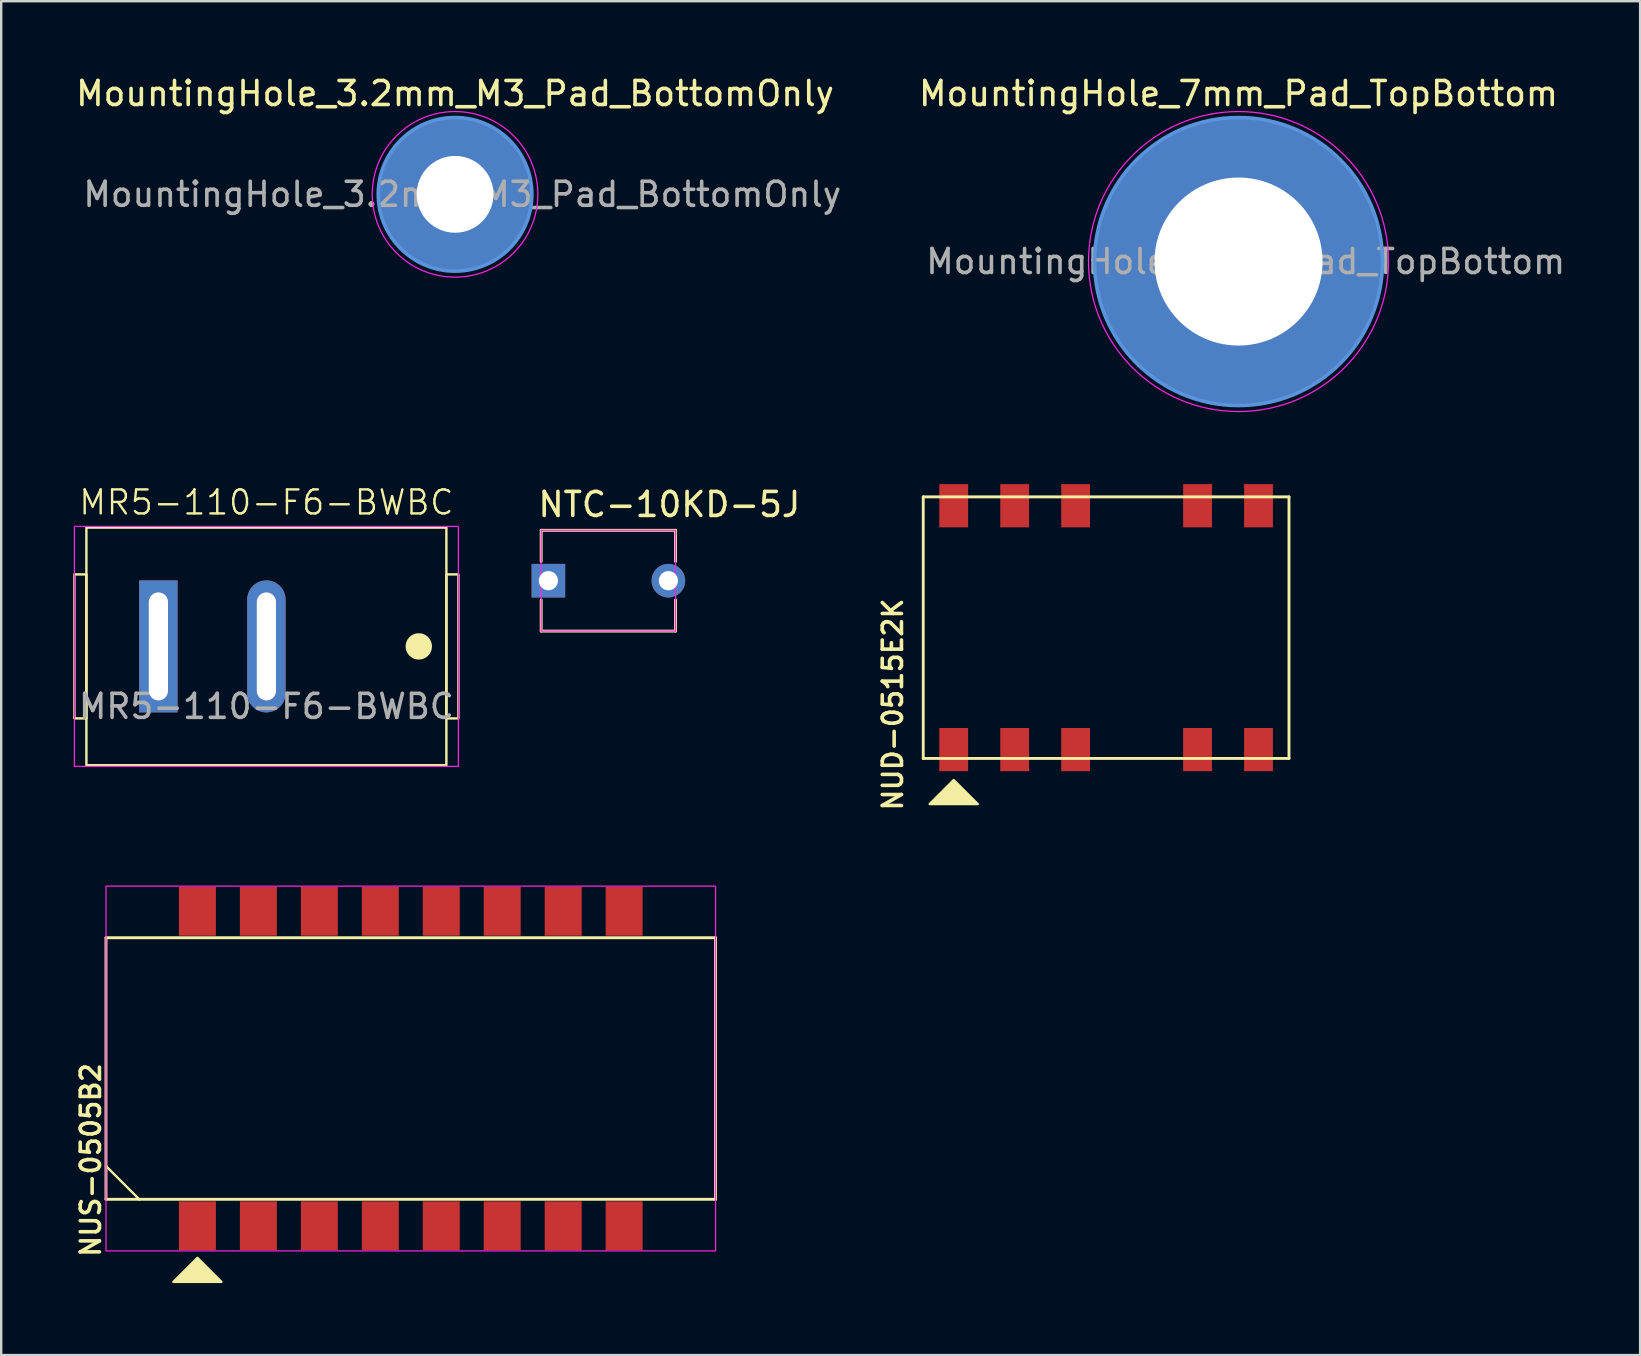
<source format=kicad_pcb>
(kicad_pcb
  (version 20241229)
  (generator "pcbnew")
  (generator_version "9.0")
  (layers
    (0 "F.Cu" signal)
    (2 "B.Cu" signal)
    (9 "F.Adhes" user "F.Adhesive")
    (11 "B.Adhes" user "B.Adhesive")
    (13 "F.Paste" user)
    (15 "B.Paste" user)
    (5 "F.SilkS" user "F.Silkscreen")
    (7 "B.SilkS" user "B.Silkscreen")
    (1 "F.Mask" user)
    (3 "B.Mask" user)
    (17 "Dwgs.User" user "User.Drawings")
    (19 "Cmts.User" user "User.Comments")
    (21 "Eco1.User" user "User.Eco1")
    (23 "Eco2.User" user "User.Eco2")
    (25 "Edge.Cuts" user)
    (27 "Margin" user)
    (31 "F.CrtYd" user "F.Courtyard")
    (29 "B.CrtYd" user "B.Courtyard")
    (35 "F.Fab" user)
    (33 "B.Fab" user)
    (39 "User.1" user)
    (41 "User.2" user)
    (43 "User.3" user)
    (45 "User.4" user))
  (footprint "MountingHole_7mm_Pad_TopBottom"
    (layer "F.Cu")
    (at 48.556 7.848)
    (property "Reference" "MountingHole_7mm_Pad_TopBottom" (at 0 -7 0) (layer "F.SilkS") (effects (font (size 1 1) (thickness 0.15))))
    (attr exclude_from_pos_files exclude_from_bom)
    (fp_circle (center 0 0) (end 6 0) (stroke (width 0.15) (type solid)) (fill no) (layer "Cmts.User"))
    (fp_circle (center 0 0) (end 6.25 0) (stroke (width 0.05) (type solid)) (fill no) (layer "F.CrtYd"))
    (fp_text user "${REFERENCE}" (at 0.3 0 0) (layer "F.Fab") (effects (font (size 1 1) (thickness 0.15))))
    (pad "1" thru_hole circle (at 0 0) (size 7.4 7.4) (drill 7) (layers "*.Cu" "*.Mask"))
    (pad "1" connect circle (at 0 0) (size 12 12) (layers "F.Cu" "F.Mask"))
    (pad "1" connect circle (at 0 0) (size 12 12) (layers "B.Cu" "B.Mask")))
  (footprint "MR5-110-F6-BWBC"
    (layer "F.Cu")
    (at 8.05 23.884)
    (property "Reference" "MR5-110-F6-BWBC" (at 0 -6 0) (unlocked yes) (layer "F.SilkS") (effects (font (size 1 1) (thickness 0.1))))
    (attr through_hole)
    (fp_rect (start -7.5 -4.95) (end 7.5 4.95) (stroke (width 0.1) (type default)) (fill no) (layer "F.SilkS"))
    (fp_rect (start -7.5 -3) (end -8 3) (stroke (width 0.1) (type default)) (fill no) (layer "F.SilkS"))
    (fp_rect (start 7.5 -3) (end 8 3) (stroke (width 0.1) (type default)) (fill no) (layer "F.SilkS"))
    (fp_circle (center 6.35 0) (end 6.85 0) (stroke (width 0.1) (type solid)) (fill yes) (layer "F.SilkS"))
    (fp_rect (start -8 -5) (end 8 5) (stroke (width 0.05) (type default)) (fill no) (layer "F.CrtYd"))
    (fp_text user "${REFERENCE}" (at 0 2.5 0) (unlocked yes) (layer "F.Fab") (effects (font (size 1 1) (thickness 0.15))))
    (pad "1" thru_hole rect (at -4.5 0) (size 1.6 5.5) (drill oval 0.8 4.5) (layers "*.Cu" "*.Mask"))
    (pad "2" thru_hole oval (at 0 0) (size 1.6 5.5) (drill oval 0.8 4.5) (layers "*.Cu" "*.Mask")))
  (footprint "NUD-0515E2K"
    (layer "F.Cu")
    (at 43.039 23.103)
    (property "Reference" "NUD-0515E2K" (at -8.89 3.2 90) (layer "F.SilkS") (effects (font (size 0.8 0.8) (thickness 0.15))))
    (attr through_hole)
    (fp_line (start -7.62 -5.45) (end -7.62 5.45) (stroke (width 0.12) (type solid)) (layer "F.SilkS"))
    (fp_line (start -7.62 5.45) (end 7.62 5.45) (stroke (width 0.12) (type solid)) (layer "F.SilkS"))
    (fp_line (start 7.62 -5.45) (end -7.62 -5.45) (stroke (width 0.12) (type solid)) (layer "F.SilkS"))
    (fp_line (start 7.62 5.45) (end 7.62 -5.45) (stroke (width 0.12) (type solid)) (layer "F.SilkS"))
    (fp_poly (pts (xy -5.35 7.35) (xy -7.35 7.35) (xy -6.35 6.35)) (stroke (width 0.1) (type solid)) (fill yes) (layer "F.SilkS"))
    (pad "1" smd rect (at -6.35 5.08) (size 1.2 1.8) (layers "F.Cu" "F.Mask" "F.Paste"))
    (pad "2" smd rect (at -3.81 5.08) (size 1.2 1.8) (layers "F.Cu" "F.Mask" "F.Paste"))
    (pad "3" smd rect (at -1.27 5.08) (size 1.2 1.8) (layers "F.Cu" "F.Mask" "F.Paste"))
    (pad "5" smd rect (at 3.81 5.08) (size 1.2 1.8) (layers "F.Cu" "F.Mask" "F.Paste"))
    (pad "6" smd rect (at 6.35 5.08) (size 1.2 1.8) (layers "F.Cu" "F.Mask" "F.Paste"))
    (pad "7" smd rect (at 6.35 -5.08) (size 1.2 1.8) (layers "F.Cu" "F.Mask" "F.Paste"))
    (pad "8" smd rect (at 3.81 -5.08) (size 1.2 1.8) (layers "F.Cu" "F.Mask" "F.Paste"))
    (pad "10" smd rect (at -1.27 -5.08) (size 1.2 1.8) (layers "F.Cu" "F.Mask" "F.Paste"))
    (pad "11" smd rect (at -3.81 -5.08) (size 1.2 1.8) (layers "F.Cu" "F.Mask" "F.Paste"))
    (pad "12" smd rect (at -6.35 -5.08) (size 1.2 1.8) (layers "F.Cu" "F.Mask" "F.Paste")))
  (footprint "NTC-10KD-5J"
    (layer "F.Cu")
    (at 22.3 21.146)
    (property "Reference" "NTC-10KD-5J" (at 2.54 -3.175 0) (layer "F.SilkS") (effects (font (size 1 1) (thickness 0.15))))
    (attr through_hole)
    (fp_line (start -2.8 -2.1) (end 2.8 -2.1) (stroke (width 0.12) (type solid)) (layer "F.SilkS"))
    (fp_line (start -2.8 -0.8) (end -2.8 -2.1) (stroke (width 0.12) (type solid)) (layer "F.SilkS"))
    (fp_line (start -2.8 2.1) (end -2.8 0.8) (stroke (width 0.12) (type solid)) (layer "F.SilkS"))
    (fp_line (start 2.8 -2.1) (end 2.8 -0.8) (stroke (width 0.12) (type solid)) (layer "F.SilkS"))
    (fp_line (start 2.8 0.8) (end 2.8 2.1) (stroke (width 0.12) (type solid)) (layer "F.SilkS"))
    (fp_line (start 2.8 2.1) (end -2.8 2.1) (stroke (width 0.12) (type solid)) (layer "F.SilkS"))
    (fp_line (start -2.8 -2.1) (end -2.8 2.1) (stroke (width 0.05) (type solid)) (layer "F.CrtYd"))
    (fp_line (start -2.8 2.1) (end 2.8 2.1) (stroke (width 0.05) (type solid)) (layer "F.CrtYd"))
    (fp_line (start 2.8 -2.1) (end -2.8 -2.1) (stroke (width 0.05) (type solid)) (layer "F.CrtYd"))
    (fp_line (start 2.8 2.1) (end 2.8 -2.1) (stroke (width 0.05) (type solid)) (layer "F.CrtYd"))
    (pad "1" thru_hole rect (at -2.5 0) (size 1.4 1.4) (drill 0.8) (layers "*.Cu" "*.Mask"))
    (pad "2" thru_hole oval (at 2.5 0) (size 1.4 1.4) (drill 0.8) (layers "*.Cu" "*.Mask")))
  (footprint "NUS-0505B2"
    (layer "F.Cu")
    (at 14.066 41.473)
    (property "Reference" "NUS-0505B2" (at -13.335 3.81 90) (layer "F.SilkS") (effects (font (size 0.8 0.8) (thickness 0.15))))
    (attr smd)
    (fp_line (start -12.7 -5.45) (end -12.7 5.45) (stroke (width 0.12) (type solid)) (layer "F.SilkS"))
    (fp_line (start -12.7 5.45) (end 12.7 5.45) (stroke (width 0.12) (type solid)) (layer "F.SilkS"))
    (fp_line (start -11.303 5.461) (end -12.7 4.064) (stroke (width 0.1) (type default)) (layer "F.SilkS"))
    (fp_line (start 12.7 -5.45) (end -12.7 -5.45) (stroke (width 0.12) (type solid)) (layer "F.SilkS"))
    (fp_line (start 12.7 5.45) (end 12.7 -5.45) (stroke (width 0.12) (type solid)) (layer "F.SilkS"))
    (fp_poly (pts (xy -7.89 8.89) (xy -9.89 8.89) (xy -8.89 7.89)) (stroke (width 0.1) (type solid)) (fill yes) (layer "F.SilkS"))
    (fp_rect (start -12.7 -7.6) (end 12.7 7.6) (stroke (width 0.05) (type default)) (fill no) (layer "F.CrtYd"))
    (pad "1" smd rect (at -8.89 6.55) (size 1.54 2.03) (layers "F.Cu" "F.Mask" "F.Paste"))
    (pad "2" smd rect (at -6.35 6.55) (size 1.54 2.03) (layers "F.Cu" "F.Mask" "F.Paste"))
    (pad "3" smd rect (at -3.81 6.55) (size 1.54 2.03) (layers "F.Cu" "F.Mask" "F.Paste"))
    (pad "4" smd rect (at -1.27 6.55) (size 1.54 2.03) (layers "F.Cu" "F.Mask" "F.Paste"))
    (pad "5" smd rect (at 1.27 6.55) (size 1.54 2.03) (layers "F.Cu" "F.Mask" "F.Paste"))
    (pad "6" smd rect (at 3.81 6.55) (size 1.54 2.03) (layers "F.Cu" "F.Mask" "F.Paste"))
    (pad "7" smd rect (at 6.35 6.55) (size 1.54 2.03) (layers "F.Cu" "F.Mask" "F.Paste"))
    (pad "8" smd rect (at 8.89 6.55) (size 1.54 2.03) (layers "F.Cu" "F.Mask" "F.Paste"))
    (pad "9" smd rect (at 8.89 -6.55) (size 1.54 2.03) (layers "F.Cu" "F.Mask" "F.Paste"))
    (pad "10" smd rect (at 6.35 -6.55) (size 1.54 2.03) (layers "F.Cu" "F.Mask" "F.Paste"))
    (pad "11" smd rect (at 3.81 -6.55) (size 1.54 2.03) (layers "F.Cu" "F.Mask" "F.Paste"))
    (pad "12" smd rect (at 1.27 -6.55) (size 1.54 2.03) (layers "F.Cu" "F.Mask" "F.Paste"))
    (pad "13" smd rect (at -1.27 -6.55) (size 1.54 2.03) (layers "F.Cu" "F.Mask" "F.Paste"))
    (pad "14" smd rect (at -3.81 -6.55) (size 1.54 2.03) (layers "F.Cu" "F.Mask" "F.Paste"))
    (pad "15" smd rect (at -6.35 -6.55) (size 1.54 2.03) (layers "F.Cu" "F.Mask" "F.Paste"))
    (pad "16" smd rect (at -8.89 -6.55) (size 1.54 2.03) (layers "F.Cu" "F.Mask" "F.Paste")))
  (footprint "MountingHole_3.2mm_M3_Pad_BottomOnly"
    (layer "F.Cu")
    (at 15.911 5.048)
    (property "Reference" "MountingHole_3.2mm_M3_Pad_BottomOnly" (at 0 -4.2 0) (layer "F.SilkS") (effects (font (size 1 1) (thickness 0.15))))
    (attr exclude_from_pos_files exclude_from_bom)
    (fp_circle (center 0 0) (end 3.2 0) (stroke (width 0.15) (type solid)) (fill no) (layer "Cmts.User"))
    (fp_circle (center 0 0) (end 3.45 0) (stroke (width 0.05) (type solid)) (fill no) (layer "F.CrtYd"))
    (fp_text user "${REFERENCE}" (at 0.3 0 0) (layer "F.Fab") (effects (font (size 1 1) (thickness 0.15))))
    (pad "1" connect circle (at 0 0) (size 6.4 6.4) (layers "B.Cu" "B.Mask"))
    (pad "e" thru_hole circle (at 0 0) (size 3.2 3.2) (drill 3.2) (layers "*.Cu" "*.Mask"))
    (zone (net_name "") (layers "F.Cu" "B.Cu") (hatch edge 0.508) (connect_pads) (min_thickness 0.254) (filled_areas_thickness no) (keepout (tracks not_allowed) (vias not_allowed) (pads not_allowed) (copperpour not_allowed) (footprints allowed)) (placement (enabled no)) (fill) (polygon (pts (xy 19.416 5.048) (xy 19.396 4.682) (xy 19.339 4.32) (xy 19.244 3.965) (xy 19.113 3.623) (xy 18.946 3.296) (xy 18.746 2.988) (xy 18.515 2.703) (xy 18.256 2.444) (xy 17.971 2.213) (xy 17.663 2.013) (xy 17.336 1.846) (xy 16.994 1.715) (xy 16.639 1.62) (xy 16.277 1.563) (xy 15.911 1.543) (xy 15.544 1.563) (xy 15.182 1.62) (xy 14.828 1.715) (xy 14.485 1.846) (xy 14.158 2.013) (xy 13.851 2.213) (xy 13.566 2.444) (xy 13.306 2.703) (xy 13.075 2.988) (xy 12.875 3.296) (xy 12.709 3.623) (xy 12.577 3.965) (xy 12.482 4.32) (xy 12.425 4.682) (xy 12.406 5.048) (xy 12.425 5.415) (xy 12.482 5.777) (xy 12.577 6.131) (xy 12.709 6.474) (xy 12.875 6.801) (xy 13.075 7.108) (xy 13.306 7.393) (xy 13.566 7.653) (xy 13.851 7.884) (xy 14.158 8.083) (xy 14.485 8.25) (xy 14.828 8.382) (xy 15.182 8.476) (xy 15.544 8.534) (xy 15.911 8.553) (xy 16.277 8.534) (xy 16.639 8.476) (xy 16.994 8.382) (xy 17.336 8.25) (xy 17.663 8.083) (xy 17.971 7.884) (xy 18.256 7.653) (xy 18.515 7.393) (xy 18.746 7.108) (xy 18.946 6.801) (xy 19.113 6.474) (xy 19.244 6.131) (xy 19.339 5.777) (xy 19.396 5.415)))))
  (gr_rect
    (start -3 -3)
    (end 65.29 53.413)
    (stroke (width 0.1) (type default))
    (fill no)
    (layer "Edge.Cuts")))
</source>
